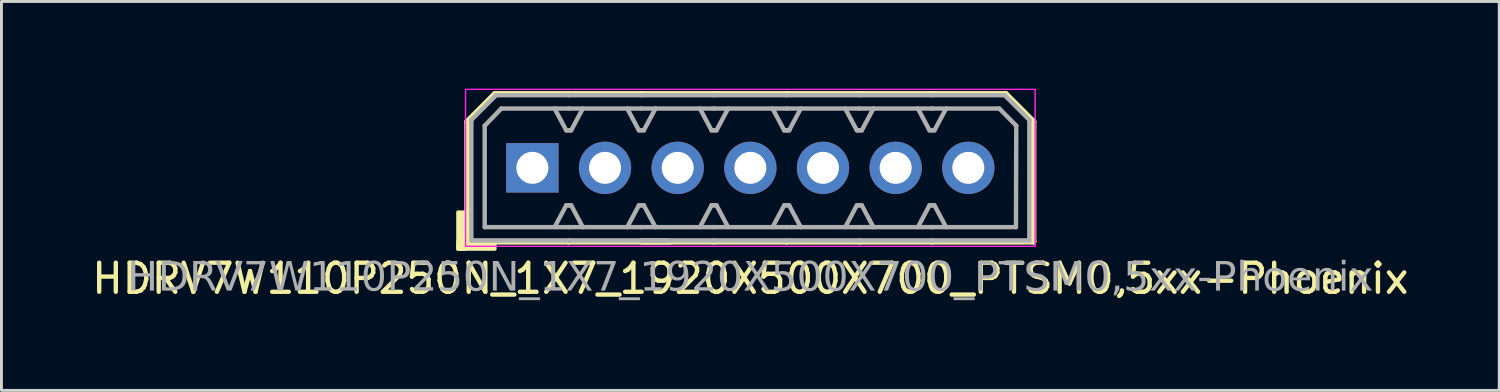
<source format=kicad_pcb>
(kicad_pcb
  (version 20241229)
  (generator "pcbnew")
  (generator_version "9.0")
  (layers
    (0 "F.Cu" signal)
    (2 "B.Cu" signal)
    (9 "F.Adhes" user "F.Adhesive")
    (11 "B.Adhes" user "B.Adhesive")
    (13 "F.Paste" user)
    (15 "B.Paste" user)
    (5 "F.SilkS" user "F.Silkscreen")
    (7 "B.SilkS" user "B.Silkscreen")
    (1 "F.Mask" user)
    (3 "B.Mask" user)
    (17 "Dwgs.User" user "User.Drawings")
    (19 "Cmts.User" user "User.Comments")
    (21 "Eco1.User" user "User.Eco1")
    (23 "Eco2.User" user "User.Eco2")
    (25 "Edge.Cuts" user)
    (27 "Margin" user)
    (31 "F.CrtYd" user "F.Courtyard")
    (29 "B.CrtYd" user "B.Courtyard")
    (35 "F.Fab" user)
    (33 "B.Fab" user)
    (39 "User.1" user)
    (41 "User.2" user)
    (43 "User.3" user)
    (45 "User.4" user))
  (footprint "HDRV7W110P250N_1X7_1920X500X700_PTSM0,5xx-Phoenix"
    (layer "F.Cu")
    (at 22.768 2.725)
    (property "Reference" "HDRV7W110P250N_1X7_1920X500X700_PTSM0,5xx-Phoenix" (at 0 3.81 0) (layer "F.SilkS") (effects (font (size 1 1) (thickness 0.15))))
    (attr through_hole)
    (fp_line (start -9.742 -1.587) (end -9.742 2.54) (stroke (width 0.203) (type solid)) (layer "F.SilkS"))
    (fp_line (start -9.742 -1.587) (end -8.79 -2.54) (stroke (width 0.203) (type solid)) (layer "F.SilkS"))
    (fp_line (start -9.742 2.54) (end -6.25 2.54) (stroke (width 0.203) (type solid)) (layer "F.SilkS"))
    (fp_line (start -6.25 -2.54) (end -8.79 -2.54) (stroke (width 0.203) (type solid)) (layer "F.SilkS"))
    (fp_line (start -6.25 -2.54) (end -3.71 -2.54) (stroke (width 0.203) (type solid)) (layer "F.SilkS"))
    (fp_line (start -3.75 -2.54) (end -1.21 -2.54) (stroke (width 0.203) (type solid)) (layer "F.SilkS"))
    (fp_line (start -2.757 2.54) (end -6.25 2.54) (stroke (width 0.203) (type solid)) (layer "F.SilkS"))
    (fp_line (start -1.25 -2.54) (end 1.29 -2.54) (stroke (width 0.203) (type solid)) (layer "F.SilkS"))
    (fp_line (start -1.25 2.54) (end -3.75 2.54) (stroke (width 0.203) (type solid)) (layer "F.SilkS"))
    (fp_line (start 1.25 -2.54) (end 3.79 -2.54) (stroke (width 0.203) (type solid)) (layer "F.SilkS"))
    (fp_line (start 1.25 2.54) (end -1.25 2.54) (stroke (width 0.203) (type solid)) (layer "F.SilkS"))
    (fp_line (start 3.75 -2.54) (end 6.29 -2.54) (stroke (width 0.203) (type solid)) (layer "F.SilkS"))
    (fp_line (start 3.75 2.54) (end 1.25 2.54) (stroke (width 0.203) (type solid)) (layer "F.SilkS"))
    (fp_line (start 6.25 -2.54) (end 8.79 -2.54) (stroke (width 0.203) (type solid)) (layer "F.SilkS"))
    (fp_line (start 6.25 2.54) (end 3.75 2.54) (stroke (width 0.203) (type solid)) (layer "F.SilkS"))
    (fp_line (start 9.742 -1.587) (end 8.79 -2.54) (stroke (width 0.203) (type solid)) (layer "F.SilkS"))
    (fp_line (start 9.742 -1.587) (end 9.742 2.54) (stroke (width 0.203) (type solid)) (layer "F.SilkS"))
    (fp_line (start 9.742 2.54) (end 6.25 2.54) (stroke (width 0.203) (type solid)) (layer "F.SilkS"))
    (fp_rect (start -9.806 1.524) (end -10.06 2.794) (stroke (width 0.12) (type solid)) (fill yes) (layer "F.SilkS"))
    (fp_rect (start -8.79 2.794) (end -10.06 2.54) (stroke (width 0.12) (type solid)) (fill yes) (layer "F.SilkS"))
    (fp_rect (start -9.8 -2.7) (end 9.8 2.7) (stroke (width 0.05) (type default)) (fill no) (layer "F.CrtYd"))
    (fp_line (start -9.6 -1.65) (end -9.6 2.5) (stroke (width 0.152) (type solid)) (layer "F.Fab"))
    (fp_line (start -9.6 -1.65) (end -8.75 -2.5) (stroke (width 0.152) (type solid)) (layer "F.Fab"))
    (fp_line (start -9.14 -1.45) (end -9.14 2.04) (stroke (width 0.152) (type solid)) (layer "F.Fab"))
    (fp_line (start -9.14 -1.45) (end -8.568 -2.04) (stroke (width 0.152) (type solid)) (layer "F.Fab"))
    (fp_line (start -6.335 -1.29) (end -6.735 -2.04) (stroke (width 0.152) (type default)) (layer "F.Fab"))
    (fp_line (start -6.335 1.29) (end -6.735 2.04) (stroke (width 0.152) (type default)) (layer "F.Fab"))
    (fp_line (start -6.25 -2.5) (end -8.75 -2.5) (stroke (width 0.152) (type solid)) (layer "F.Fab"))
    (fp_line (start -6.25 -2.5) (end -3.75 -2.5) (stroke (width 0.152) (type solid)) (layer "F.Fab"))
    (fp_line (start -6.25 -2.04) (end -8.568 -2.04) (stroke (width 0.152) (type solid)) (layer "F.Fab"))
    (fp_line (start -6.25 -2.04) (end -3.75 -2.04) (stroke (width 0.152) (type solid)) (layer "F.Fab"))
    (fp_line (start -6.25 -1.29) (end -6.335 -1.29) (stroke (width 0.152) (type default)) (layer "F.Fab"))
    (fp_line (start -6.25 -1.29) (end -6.165 -1.29) (stroke (width 0.152) (type default)) (layer "F.Fab"))
    (fp_line (start -6.25 1.29) (end -6.335 1.29) (stroke (width 0.152) (type default)) (layer "F.Fab"))
    (fp_line (start -6.25 1.29) (end -6.165 1.29) (stroke (width 0.152) (type default)) (layer "F.Fab"))
    (fp_line (start -6.25 2.04) (end -9.14 2.04) (stroke (width 0.152) (type solid)) (layer "F.Fab"))
    (fp_line (start -6.25 2.04) (end -3.75 2.04) (stroke (width 0.152) (type solid)) (layer "F.Fab"))
    (fp_line (start -6.25 2.5) (end -9.6 2.5) (stroke (width 0.152) (type solid)) (layer "F.Fab"))
    (fp_line (start -6.25 2.5) (end -2.9 2.5) (stroke (width 0.152) (type solid)) (layer "F.Fab"))
    (fp_line (start -6.165 -1.29) (end -5.765 -2.04) (stroke (width 0.152) (type default)) (layer "F.Fab"))
    (fp_line (start -6.165 1.29) (end -5.765 2.04) (stroke (width 0.152) (type default)) (layer "F.Fab"))
    (fp_line (start -3.835 -1.29) (end -4.235 -2.04) (stroke (width 0.152) (type default)) (layer "F.Fab"))
    (fp_line (start -3.835 1.29) (end -4.235 2.04) (stroke (width 0.152) (type default)) (layer "F.Fab"))
    (fp_line (start -3.75 -2.5) (end -1.25 -2.5) (stroke (width 0.152) (type solid)) (layer "F.Fab"))
    (fp_line (start -3.75 -2.04) (end -1.25 -2.04) (stroke (width 0.152) (type solid)) (layer "F.Fab"))
    (fp_line (start -3.75 -1.29) (end -3.835 -1.29) (stroke (width 0.152) (type default)) (layer "F.Fab"))
    (fp_line (start -3.75 -1.29) (end -3.665 -1.29) (stroke (width 0.152) (type default)) (layer "F.Fab"))
    (fp_line (start -3.75 1.29) (end -3.835 1.29) (stroke (width 0.152) (type default)) (layer "F.Fab"))
    (fp_line (start -3.75 1.29) (end -3.665 1.29) (stroke (width 0.152) (type default)) (layer "F.Fab"))
    (fp_line (start -3.75 2.04) (end -1.25 2.04) (stroke (width 0.152) (type solid)) (layer "F.Fab"))
    (fp_line (start -3.75 2.5) (end -1.25 2.5) (stroke (width 0.152) (type solid)) (layer "F.Fab"))
    (fp_line (start -3.665 -1.29) (end -3.265 -2.04) (stroke (width 0.152) (type default)) (layer "F.Fab"))
    (fp_line (start -3.665 1.29) (end -3.265 2.04) (stroke (width 0.152) (type default)) (layer "F.Fab"))
    (fp_line (start -1.335 -1.29) (end -1.735 -2.04) (stroke (width 0.152) (type default)) (layer "F.Fab"))
    (fp_line (start -1.335 1.29) (end -1.735 2.04) (stroke (width 0.152) (type default)) (layer "F.Fab"))
    (fp_line (start -1.25 -2.5) (end 1.25 -2.5) (stroke (width 0.152) (type solid)) (layer "F.Fab"))
    (fp_line (start -1.25 -2.04) (end 1.25 -2.04) (stroke (width 0.152) (type solid)) (layer "F.Fab"))
    (fp_line (start -1.25 -1.29) (end -1.335 -1.29) (stroke (width 0.152) (type default)) (layer "F.Fab"))
    (fp_line (start -1.25 -1.29) (end -1.165 -1.29) (stroke (width 0.152) (type default)) (layer "F.Fab"))
    (fp_line (start -1.25 1.29) (end -1.335 1.29) (stroke (width 0.152) (type default)) (layer "F.Fab"))
    (fp_line (start -1.25 1.29) (end -1.165 1.29) (stroke (width 0.152) (type default)) (layer "F.Fab"))
    (fp_line (start -1.25 2.04) (end 1.25 2.04) (stroke (width 0.152) (type solid)) (layer "F.Fab"))
    (fp_line (start -1.25 2.5) (end 1.25 2.5) (stroke (width 0.152) (type solid)) (layer "F.Fab"))
    (fp_line (start -1.165 -1.29) (end -0.765 -2.04) (stroke (width 0.152) (type default)) (layer "F.Fab"))
    (fp_line (start -1.165 1.29) (end -0.765 2.04) (stroke (width 0.152) (type default)) (layer "F.Fab"))
    (fp_line (start 1.165 -1.29) (end 0.765 -2.04) (stroke (width 0.152) (type default)) (layer "F.Fab"))
    (fp_line (start 1.165 1.29) (end 0.765 2.04) (stroke (width 0.152) (type default)) (layer "F.Fab"))
    (fp_line (start 1.25 -2.5) (end 3.75 -2.5) (stroke (width 0.152) (type solid)) (layer "F.Fab"))
    (fp_line (start 1.25 -2.04) (end 3.75 -2.04) (stroke (width 0.152) (type solid)) (layer "F.Fab"))
    (fp_line (start 1.25 -1.29) (end 1.165 -1.29) (stroke (width 0.152) (type default)) (layer "F.Fab"))
    (fp_line (start 1.25 -1.29) (end 1.335 -1.29) (stroke (width 0.152) (type default)) (layer "F.Fab"))
    (fp_line (start 1.25 1.29) (end 1.165 1.29) (stroke (width 0.152) (type default)) (layer "F.Fab"))
    (fp_line (start 1.25 1.29) (end 1.335 1.29) (stroke (width 0.152) (type default)) (layer "F.Fab"))
    (fp_line (start 1.25 2.04) (end 3.75 2.04) (stroke (width 0.152) (type solid)) (layer "F.Fab"))
    (fp_line (start 1.25 2.5) (end 3.75 2.5) (stroke (width 0.152) (type solid)) (layer "F.Fab"))
    (fp_line (start 1.335 -1.29) (end 1.735 -2.04) (stroke (width 0.152) (type default)) (layer "F.Fab"))
    (fp_line (start 1.335 1.29) (end 1.735 2.04) (stroke (width 0.152) (type default)) (layer "F.Fab"))
    (fp_line (start 3.665 -1.29) (end 3.265 -2.04) (stroke (width 0.152) (type default)) (layer "F.Fab"))
    (fp_line (start 3.665 1.29) (end 3.265 2.04) (stroke (width 0.152) (type default)) (layer "F.Fab"))
    (fp_line (start 3.75 -2.5) (end 6.25 -2.5) (stroke (width 0.152) (type solid)) (layer "F.Fab"))
    (fp_line (start 3.75 -2.04) (end 6.25 -2.04) (stroke (width 0.152) (type solid)) (layer "F.Fab"))
    (fp_line (start 3.75 -1.29) (end 3.665 -1.29) (stroke (width 0.152) (type default)) (layer "F.Fab"))
    (fp_line (start 3.75 -1.29) (end 3.835 -1.29) (stroke (width 0.152) (type default)) (layer "F.Fab"))
    (fp_line (start 3.75 1.29) (end 3.665 1.29) (stroke (width 0.152) (type default)) (layer "F.Fab"))
    (fp_line (start 3.75 1.29) (end 3.835 1.29) (stroke (width 0.152) (type default)) (layer "F.Fab"))
    (fp_line (start 3.75 2.04) (end 6.25 2.04) (stroke (width 0.152) (type solid)) (layer "F.Fab"))
    (fp_line (start 3.75 2.5) (end 6.25 2.5) (stroke (width 0.152) (type solid)) (layer "F.Fab"))
    (fp_line (start 3.835 -1.29) (end 4.235 -2.04) (stroke (width 0.152) (type default)) (layer "F.Fab"))
    (fp_line (start 3.835 1.29) (end 4.235 2.04) (stroke (width 0.152) (type default)) (layer "F.Fab"))
    (fp_line (start 6.165 -1.29) (end 5.765 -2.04) (stroke (width 0.152) (type default)) (layer "F.Fab"))
    (fp_line (start 6.165 1.29) (end 5.765 2.04) (stroke (width 0.152) (type default)) (layer "F.Fab"))
    (fp_line (start 6.25 -2.5) (end 8.75 -2.5) (stroke (width 0.152) (type solid)) (layer "F.Fab"))
    (fp_line (start 6.25 -2.04) (end 8.568 -2.04) (stroke (width 0.152) (type solid)) (layer "F.Fab"))
    (fp_line (start 6.25 -1.29) (end 6.165 -1.29) (stroke (width 0.152) (type default)) (layer "F.Fab"))
    (fp_line (start 6.25 -1.29) (end 6.335 -1.29) (stroke (width 0.152) (type default)) (layer "F.Fab"))
    (fp_line (start 6.25 1.29) (end 6.165 1.29) (stroke (width 0.152) (type default)) (layer "F.Fab"))
    (fp_line (start 6.25 1.29) (end 6.335 1.29) (stroke (width 0.152) (type default)) (layer "F.Fab"))
    (fp_line (start 6.25 2.04) (end 9.14 2.04) (stroke (width 0.152) (type solid)) (layer "F.Fab"))
    (fp_line (start 6.25 2.5) (end 9.6 2.5) (stroke (width 0.152) (type solid)) (layer "F.Fab"))
    (fp_line (start 6.335 -1.29) (end 6.735 -2.04) (stroke (width 0.152) (type default)) (layer "F.Fab"))
    (fp_line (start 6.335 1.29) (end 6.735 2.04) (stroke (width 0.152) (type default)) (layer "F.Fab"))
    (fp_line (start 9.15 -1.45) (end 8.568 -2.04) (stroke (width 0.152) (type solid)) (layer "F.Fab"))
    (fp_line (start 9.15 -1.45) (end 9.14 2.04) (stroke (width 0.152) (type solid)) (layer "F.Fab"))
    (fp_line (start 9.6 -1.65) (end 8.75 -2.5) (stroke (width 0.152) (type solid)) (layer "F.Fab"))
    (fp_line (start 9.6 -1.65) (end 9.6 2.5) (stroke (width 0.152) (type solid)) (layer "F.Fab"))
    (fp_rect (start -7.754 -0.254) (end -7.246 0.254) (stroke (width 0.152) (type solid)) (fill no) (layer "F.Fab"))
    (fp_rect (start -4.746 -0.254) (end -5.254 0.254) (stroke (width 0.152) (type solid)) (fill no) (layer "F.Fab"))
    (fp_rect (start -2.246 -0.254) (end -2.754 0.254) (stroke (width 0.152) (type solid)) (fill no) (layer "F.Fab"))
    (fp_rect (start 0.254 -0.254) (end -0.254 0.254) (stroke (width 0.152) (type solid)) (fill no) (layer "F.Fab"))
    (fp_rect (start 2.754 -0.254) (end 2.246 0.254) (stroke (width 0.152) (type solid)) (fill no) (layer "F.Fab"))
    (fp_rect (start 5.254 -0.254) (end 4.746 0.254) (stroke (width 0.152) (type solid)) (fill no) (layer "F.Fab"))
    (fp_rect (start 7.754 -0.254) (end 7.246 0.254) (stroke (width 0.152) (type solid)) (fill no) (layer "F.Fab"))
    (fp_text user "${REFERENCE}" (at 0 3.81 0) (layer "F.Fab") (effects (font (face "Tahoma") (size 1 1) (thickness 0.15))))
    (pad "1" thru_hole rect (at -7.5 0) (size 1.8 1.7) (drill 1.1) (layers "*.Cu" "*.Mask"))
    (pad "2" thru_hole circle (at -5 0) (size 1.8 1.8) (drill 1.1) (layers "*.Cu" "*.Mask"))
    (pad "3" thru_hole circle (at -2.5 0) (size 1.8 1.8) (drill 1.1) (layers "*.Cu" "*.Mask"))
    (pad "4" thru_hole circle (at 0 0) (size 1.8 1.8) (drill 1.1) (layers "*.Cu" "*.Mask"))
    (pad "5" thru_hole circle (at 2.5 0) (size 1.8 1.8) (drill 1.1) (layers "*.Cu" "*.Mask"))
    (pad "6" thru_hole circle (at 5 0) (size 1.8 1.8) (drill 1.1) (layers "*.Cu" "*.Mask"))
    (pad "7" thru_hole circle (at 7.5 0) (size 1.8 1.8) (drill 1.1) (layers "*.Cu" "*.Mask")))
  (gr_rect
    (start -3 -3)
    (end 48.536 10.383)
    (stroke (width 0.1) (type default))
    (fill no)
    (layer "Edge.Cuts")))
</source>
